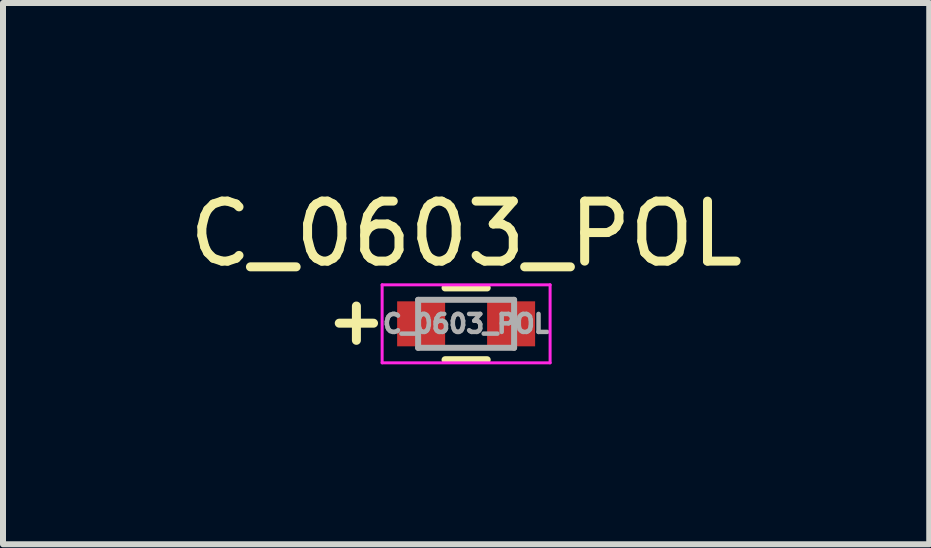
<source format=kicad_pcb>
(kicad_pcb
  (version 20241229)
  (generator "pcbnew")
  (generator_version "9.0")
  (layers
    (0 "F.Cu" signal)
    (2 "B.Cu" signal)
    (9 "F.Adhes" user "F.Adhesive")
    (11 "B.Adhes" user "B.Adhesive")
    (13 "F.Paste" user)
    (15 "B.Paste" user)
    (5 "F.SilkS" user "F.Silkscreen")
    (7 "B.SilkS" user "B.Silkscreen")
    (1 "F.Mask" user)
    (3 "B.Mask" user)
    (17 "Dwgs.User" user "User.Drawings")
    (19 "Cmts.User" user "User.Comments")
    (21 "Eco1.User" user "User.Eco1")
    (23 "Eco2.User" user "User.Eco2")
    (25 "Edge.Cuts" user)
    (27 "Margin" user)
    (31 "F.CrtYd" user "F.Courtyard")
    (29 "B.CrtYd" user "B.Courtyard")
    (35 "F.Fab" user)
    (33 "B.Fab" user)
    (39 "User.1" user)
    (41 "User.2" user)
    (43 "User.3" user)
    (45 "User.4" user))
  (footprint "C_0603_POL"
    (layer "F.Cu")
    (at 4.72 2.348)
    (property "Reference" "C_0603_POL" (at 0 -1.5 0) (layer "F.SilkS") (effects (font (size 1 1) (thickness 0.15))))
    (attr smd)
    (fp_line (start -0.35 -0.6) (end 0.35 -0.6) (stroke (width 0.12) (type solid)) (layer "F.SilkS"))
    (fp_line (start 0.35 0.6) (end -0.35 0.6) (stroke (width 0.12) (type solid)) (layer "F.SilkS"))
    (fp_line (start -1.4 -0.65) (end -1.4 0.65) (stroke (width 0.05) (type solid)) (layer "F.CrtYd"))
    (fp_line (start -1.4 -0.65) (end 1.4 -0.65) (stroke (width 0.05) (type solid)) (layer "F.CrtYd"))
    (fp_line (start 1.4 0.65) (end -1.4 0.65) (stroke (width 0.05) (type solid)) (layer "F.CrtYd"))
    (fp_line (start 1.4 0.65) (end 1.4 -0.65) (stroke (width 0.05) (type solid)) (layer "F.CrtYd"))
    (fp_line (start -0.8 -0.4) (end 0.8 -0.4) (stroke (width 0.1) (type solid)) (layer "F.Fab"))
    (fp_line (start -0.8 0.4) (end -0.8 -0.4) (stroke (width 0.1) (type solid)) (layer "F.Fab"))
    (fp_line (start 0.8 -0.4) (end 0.8 0.4) (stroke (width 0.1) (type solid)) (layer "F.Fab"))
    (fp_line (start 0.8 0.4) (end -0.8 0.4) (stroke (width 0.1) (type solid)) (layer "F.Fab"))
    (fp_text user "+" (at -1.829 -0.064 0) (layer "F.SilkS") (effects (font (size 0.75 0.75) (thickness 0.15))))
    (fp_text user "${REFERENCE}" (at 0 0 0) (layer "F.Fab") (effects (font (size 0.3 0.3) (thickness 0.075))))
    (pad "1" smd rect (at -0.75 0) (size 0.8 0.75) (layers "F.Cu" "F.Mask" "F.Paste"))
    (pad "2" smd rect (at 0.75 0) (size 0.8 0.75) (layers "F.Cu" "F.Mask" "F.Paste")))
  (gr_rect
    (start -3 -3)
    (end 12.44 6.023)
    (stroke (width 0.1) (type default))
    (fill no)
    (layer "Edge.Cuts")))
</source>
